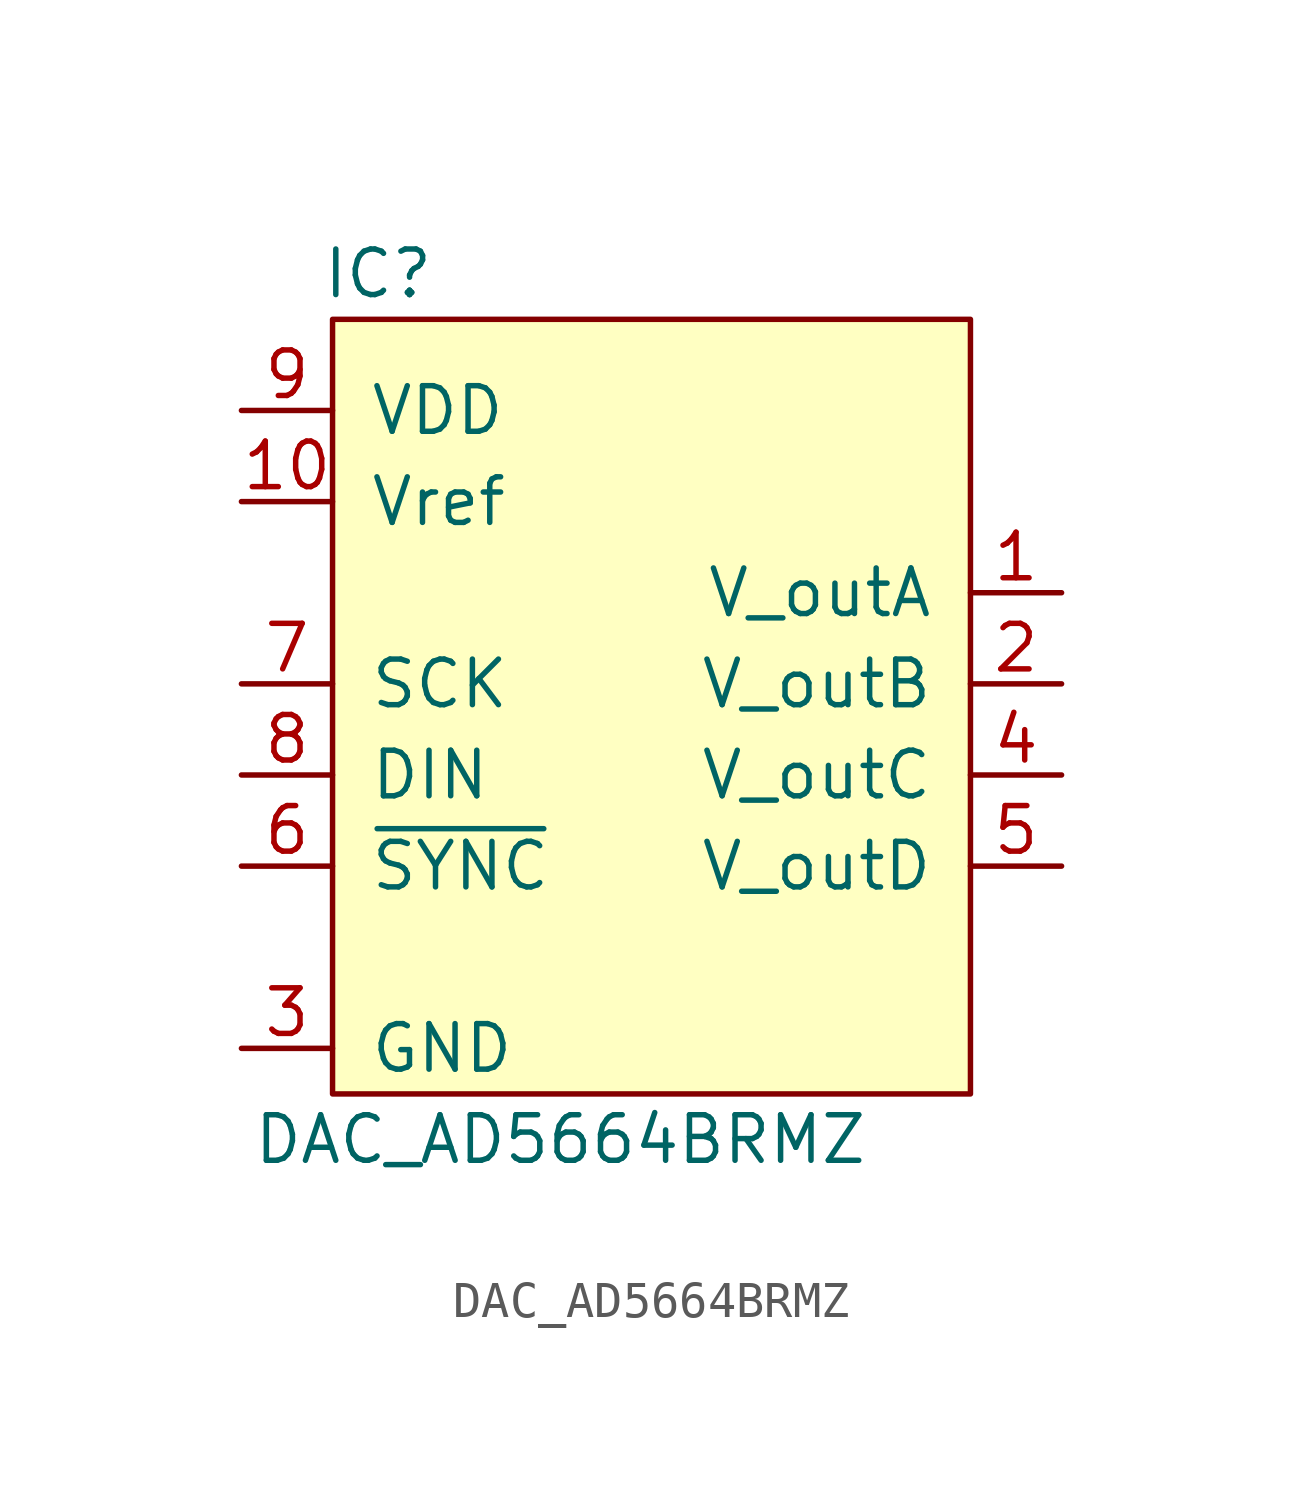
<source format=kicad_sym>
(kicad_symbol_lib
  (version 20211014)
  (generator kicad_symbol_editor)
  (symbol "DAC_AD5664BRMZ"
    (pin_names
      (offset 1.016))
    (property "Reference" "IC"
      (at -7.62 13.97 0)
      (effects (font (size 1.27 1.27))))
    (property "Value" "DAC_AD5664BRMZ"
      (at -2.54 -10.16 0)
      (effects (font (size 1.27 1.27))))
    (symbol "DAC_AD5664BRMZ_0_1"
      (rectangle (start -8.89 12.7) (end 8.89 -8.89) (stroke (width 0) (type default) (color 0 0 0 0)) (fill (type background))))
    (symbol "DAC_AD5664BRMZ_1_1"
      (pin output line (at 11.43 5.08 180) (length 2.54) (name "V_outA" (effects (font (size 1.27 1.27)))) (number "1" (effects (font (size 1.27 1.27)))))
      (pin passive line (at -11.43 7.62 0) (length 2.54) (name "Vref" (effects (font (size 1.27 1.27)))) (number "10" (effects (font (size 1.27 1.27)))))
      (pin output line (at 11.43 2.54 180) (length 2.54) (name "V_outB" (effects (font (size 1.27 1.27)))) (number "2" (effects (font (size 1.27 1.27)))))
      (pin power_in line (at -11.43 -7.62 0) (length 2.54) (name "GND" (effects (font (size 1.27 1.27)))) (number "3" (effects (font (size 1.27 1.27)))))
      (pin output line (at 11.43 0 180) (length 2.54) (name "V_outC" (effects (font (size 1.27 1.27)))) (number "4" (effects (font (size 1.27 1.27)))))
      (pin output line (at 11.43 -2.54 180) (length 2.54) (name "V_outD" (effects (font (size 1.27 1.27)))) (number "5" (effects (font (size 1.27 1.27)))))
      (pin input line (at -11.43 -2.54 0) (length 2.54) (name "~{SYNC}" (effects (font (size 1.27 1.27)))) (number "6" (effects (font (size 1.27 1.27)))))
      (pin input line (at -11.43 2.54 0) (length 2.54) (name "SCK" (effects (font (size 1.27 1.27)))) (number "7" (effects (font (size 1.27 1.27)))))
      (pin input line (at -11.43 0 0) (length 2.54) (name "DIN" (effects (font (size 1.27 1.27)))) (number "8" (effects (font (size 1.27 1.27)))))
      (pin power_in line (at -11.43 10.16 0) (length 2.54) (name "VDD" (effects (font (size 1.27 1.27)))) (number "9" (effects (font (size 1.27 1.27))))))))
</source>
